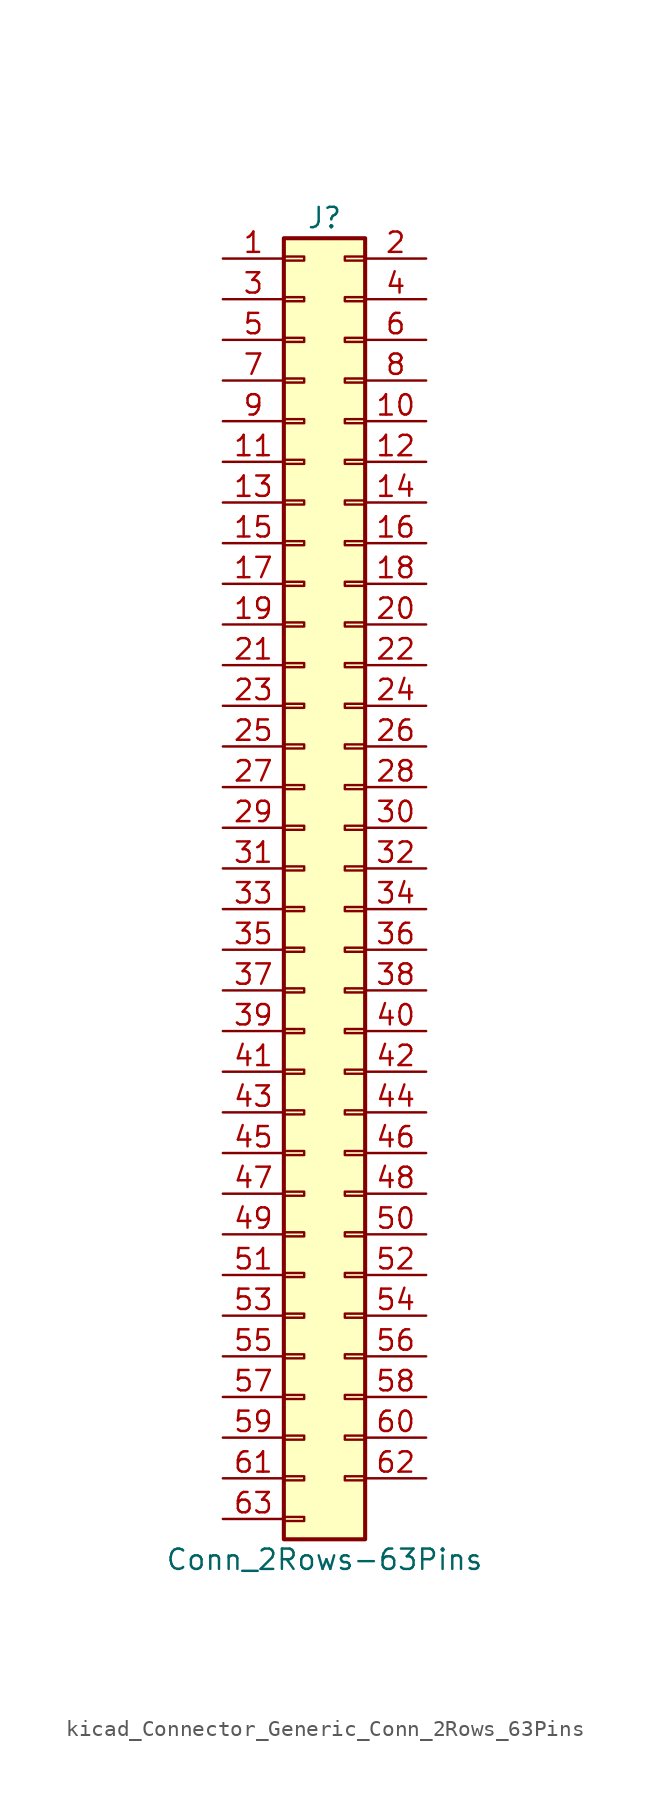
<source format=kicad_sym>
(kicad_symbol_lib
  (version 20220914)
  (generator kicad_symbol_editor)
  (symbol "kicad_Connector_Generic_Conn_2Rows_63Pins"
    (pin_names
      (offset 1.016) hide)
    (property "Reference" "J"
      (at 1.27 40.64 0)
      (effects (font (size 1.27 1.27))))
    (property "Value" "Conn_2Rows-63Pins"
      (at 1.27 -43.18 0)
      (effects (font (size 1.27 1.27))))
    (symbol "kicad_Connector_Generic_Conn_2Rows_63Pins_1_1"
      (rectangle (start -1.27 -40.513) (end 0 -40.767) (stroke (width 0.152) (type default)) (fill (type none)))
      (rectangle (start -1.27 -37.973) (end 0 -38.227) (stroke (width 0.152) (type default)) (fill (type none)))
      (rectangle (start -1.27 -35.433) (end 0 -35.687) (stroke (width 0.152) (type default)) (fill (type none)))
      (rectangle (start -1.27 -32.893) (end 0 -33.147) (stroke (width 0.152) (type default)) (fill (type none)))
      (rectangle (start -1.27 -30.353) (end 0 -30.607) (stroke (width 0.152) (type default)) (fill (type none)))
      (rectangle (start -1.27 -27.813) (end 0 -28.067) (stroke (width 0.152) (type default)) (fill (type none)))
      (rectangle (start -1.27 -25.273) (end 0 -25.527) (stroke (width 0.152) (type default)) (fill (type none)))
      (rectangle (start -1.27 -22.733) (end 0 -22.987) (stroke (width 0.152) (type default)) (fill (type none)))
      (rectangle (start -1.27 -20.193) (end 0 -20.447) (stroke (width 0.152) (type default)) (fill (type none)))
      (rectangle (start -1.27 -17.653) (end 0 -17.907) (stroke (width 0.152) (type default)) (fill (type none)))
      (rectangle (start -1.27 -15.113) (end 0 -15.367) (stroke (width 0.152) (type default)) (fill (type none)))
      (rectangle (start -1.27 -12.573) (end 0 -12.827) (stroke (width 0.152) (type default)) (fill (type none)))
      (rectangle (start -1.27 -10.033) (end 0 -10.287) (stroke (width 0.152) (type default)) (fill (type none)))
      (rectangle (start -1.27 -7.493) (end 0 -7.747) (stroke (width 0.152) (type default)) (fill (type none)))
      (rectangle (start -1.27 -4.953) (end 0 -5.207) (stroke (width 0.152) (type default)) (fill (type none)))
      (rectangle (start -1.27 -2.413) (end 0 -2.667) (stroke (width 0.152) (type default)) (fill (type none)))
      (rectangle (start -1.27 0.127) (end 0 -0.127) (stroke (width 0.152) (type default)) (fill (type none)))
      (rectangle (start -1.27 2.667) (end 0 2.413) (stroke (width 0.152) (type default)) (fill (type none)))
      (rectangle (start -1.27 5.207) (end 0 4.953) (stroke (width 0.152) (type default)) (fill (type none)))
      (rectangle (start -1.27 7.747) (end 0 7.493) (stroke (width 0.152) (type default)) (fill (type none)))
      (rectangle (start -1.27 10.287) (end 0 10.033) (stroke (width 0.152) (type default)) (fill (type none)))
      (rectangle (start -1.27 12.827) (end 0 12.573) (stroke (width 0.152) (type default)) (fill (type none)))
      (rectangle (start -1.27 15.367) (end 0 15.113) (stroke (width 0.152) (type default)) (fill (type none)))
      (rectangle (start -1.27 17.907) (end 0 17.653) (stroke (width 0.152) (type default)) (fill (type none)))
      (rectangle (start -1.27 20.447) (end 0 20.193) (stroke (width 0.152) (type default)) (fill (type none)))
      (rectangle (start -1.27 22.987) (end 0 22.733) (stroke (width 0.152) (type default)) (fill (type none)))
      (rectangle (start -1.27 25.527) (end 0 25.273) (stroke (width 0.152) (type default)) (fill (type none)))
      (rectangle (start -1.27 28.067) (end 0 27.813) (stroke (width 0.152) (type default)) (fill (type none)))
      (rectangle (start -1.27 30.607) (end 0 30.353) (stroke (width 0.152) (type default)) (fill (type none)))
      (rectangle (start -1.27 33.147) (end 0 32.893) (stroke (width 0.152) (type default)) (fill (type none)))
      (rectangle (start -1.27 35.687) (end 0 35.433) (stroke (width 0.152) (type default)) (fill (type none)))
      (rectangle (start -1.27 38.227) (end 0 37.973) (stroke (width 0.152) (type default)) (fill (type none)))
      (rectangle (start -1.27 39.37) (end 3.81 -41.91) (stroke (width 0.254) (type default)) (fill (type background)))
      (rectangle (start 3.81 -37.973) (end 2.54 -38.227) (stroke (width 0.152) (type default)) (fill (type none)))
      (rectangle (start 3.81 -35.433) (end 2.54 -35.687) (stroke (width 0.152) (type default)) (fill (type none)))
      (rectangle (start 3.81 -32.893) (end 2.54 -33.147) (stroke (width 0.152) (type default)) (fill (type none)))
      (rectangle (start 3.81 -30.353) (end 2.54 -30.607) (stroke (width 0.152) (type default)) (fill (type none)))
      (rectangle (start 3.81 -27.813) (end 2.54 -28.067) (stroke (width 0.152) (type default)) (fill (type none)))
      (rectangle (start 3.81 -25.273) (end 2.54 -25.527) (stroke (width 0.152) (type default)) (fill (type none)))
      (rectangle (start 3.81 -22.733) (end 2.54 -22.987) (stroke (width 0.152) (type default)) (fill (type none)))
      (rectangle (start 3.81 -20.193) (end 2.54 -20.447) (stroke (width 0.152) (type default)) (fill (type none)))
      (rectangle (start 3.81 -17.653) (end 2.54 -17.907) (stroke (width 0.152) (type default)) (fill (type none)))
      (rectangle (start 3.81 -15.113) (end 2.54 -15.367) (stroke (width 0.152) (type default)) (fill (type none)))
      (rectangle (start 3.81 -12.573) (end 2.54 -12.827) (stroke (width 0.152) (type default)) (fill (type none)))
      (rectangle (start 3.81 -10.033) (end 2.54 -10.287) (stroke (width 0.152) (type default)) (fill (type none)))
      (rectangle (start 3.81 -7.493) (end 2.54 -7.747) (stroke (width 0.152) (type default)) (fill (type none)))
      (rectangle (start 3.81 -4.953) (end 2.54 -5.207) (stroke (width 0.152) (type default)) (fill (type none)))
      (rectangle (start 3.81 -2.413) (end 2.54 -2.667) (stroke (width 0.152) (type default)) (fill (type none)))
      (rectangle (start 3.81 0.127) (end 2.54 -0.127) (stroke (width 0.152) (type default)) (fill (type none)))
      (rectangle (start 3.81 2.667) (end 2.54 2.413) (stroke (width 0.152) (type default)) (fill (type none)))
      (rectangle (start 3.81 5.207) (end 2.54 4.953) (stroke (width 0.152) (type default)) (fill (type none)))
      (rectangle (start 3.81 7.747) (end 2.54 7.493) (stroke (width 0.152) (type default)) (fill (type none)))
      (rectangle (start 3.81 10.287) (end 2.54 10.033) (stroke (width 0.152) (type default)) (fill (type none)))
      (rectangle (start 3.81 12.827) (end 2.54 12.573) (stroke (width 0.152) (type default)) (fill (type none)))
      (rectangle (start 3.81 15.367) (end 2.54 15.113) (stroke (width 0.152) (type default)) (fill (type none)))
      (rectangle (start 3.81 17.907) (end 2.54 17.653) (stroke (width 0.152) (type default)) (fill (type none)))
      (rectangle (start 3.81 20.447) (end 2.54 20.193) (stroke (width 0.152) (type default)) (fill (type none)))
      (rectangle (start 3.81 22.987) (end 2.54 22.733) (stroke (width 0.152) (type default)) (fill (type none)))
      (rectangle (start 3.81 25.527) (end 2.54 25.273) (stroke (width 0.152) (type default)) (fill (type none)))
      (rectangle (start 3.81 28.067) (end 2.54 27.813) (stroke (width 0.152) (type default)) (fill (type none)))
      (rectangle (start 3.81 30.607) (end 2.54 30.353) (stroke (width 0.152) (type default)) (fill (type none)))
      (rectangle (start 3.81 33.147) (end 2.54 32.893) (stroke (width 0.152) (type default)) (fill (type none)))
      (rectangle (start 3.81 35.687) (end 2.54 35.433) (stroke (width 0.152) (type default)) (fill (type none)))
      (rectangle (start 3.81 38.227) (end 2.54 37.973) (stroke (width 0.152) (type default)) (fill (type none)))
      (pin passive line (at -5.08 38.1 0) (length 3.81) (name "Pin_1" (effects (font (size 1.27 1.27)))) (number "1" (effects (font (size 1.27 1.27)))))
      (pin passive line (at 7.62 27.94 180) (length 3.81) (name "Pin_10" (effects (font (size 1.27 1.27)))) (number "10" (effects (font (size 1.27 1.27)))))
      (pin passive line (at -5.08 25.4 0) (length 3.81) (name "Pin_11" (effects (font (size 1.27 1.27)))) (number "11" (effects (font (size 1.27 1.27)))))
      (pin passive line (at 7.62 25.4 180) (length 3.81) (name "Pin_12" (effects (font (size 1.27 1.27)))) (number "12" (effects (font (size 1.27 1.27)))))
      (pin passive line (at -5.08 22.86 0) (length 3.81) (name "Pin_13" (effects (font (size 1.27 1.27)))) (number "13" (effects (font (size 1.27 1.27)))))
      (pin passive line (at 7.62 22.86 180) (length 3.81) (name "Pin_14" (effects (font (size 1.27 1.27)))) (number "14" (effects (font (size 1.27 1.27)))))
      (pin passive line (at -5.08 20.32 0) (length 3.81) (name "Pin_15" (effects (font (size 1.27 1.27)))) (number "15" (effects (font (size 1.27 1.27)))))
      (pin passive line (at 7.62 20.32 180) (length 3.81) (name "Pin_16" (effects (font (size 1.27 1.27)))) (number "16" (effects (font (size 1.27 1.27)))))
      (pin passive line (at -5.08 17.78 0) (length 3.81) (name "Pin_17" (effects (font (size 1.27 1.27)))) (number "17" (effects (font (size 1.27 1.27)))))
      (pin passive line (at 7.62 17.78 180) (length 3.81) (name "Pin_18" (effects (font (size 1.27 1.27)))) (number "18" (effects (font (size 1.27 1.27)))))
      (pin passive line (at -5.08 15.24 0) (length 3.81) (name "Pin_19" (effects (font (size 1.27 1.27)))) (number "19" (effects (font (size 1.27 1.27)))))
      (pin passive line (at 7.62 38.1 180) (length 3.81) (name "Pin_2" (effects (font (size 1.27 1.27)))) (number "2" (effects (font (size 1.27 1.27)))))
      (pin passive line (at 7.62 15.24 180) (length 3.81) (name "Pin_20" (effects (font (size 1.27 1.27)))) (number "20" (effects (font (size 1.27 1.27)))))
      (pin passive line (at -5.08 12.7 0) (length 3.81) (name "Pin_21" (effects (font (size 1.27 1.27)))) (number "21" (effects (font (size 1.27 1.27)))))
      (pin passive line (at 7.62 12.7 180) (length 3.81) (name "Pin_22" (effects (font (size 1.27 1.27)))) (number "22" (effects (font (size 1.27 1.27)))))
      (pin passive line (at -5.08 10.16 0) (length 3.81) (name "Pin_23" (effects (font (size 1.27 1.27)))) (number "23" (effects (font (size 1.27 1.27)))))
      (pin passive line (at 7.62 10.16 180) (length 3.81) (name "Pin_24" (effects (font (size 1.27 1.27)))) (number "24" (effects (font (size 1.27 1.27)))))
      (pin passive line (at -5.08 7.62 0) (length 3.81) (name "Pin_25" (effects (font (size 1.27 1.27)))) (number "25" (effects (font (size 1.27 1.27)))))
      (pin passive line (at 7.62 7.62 180) (length 3.81) (name "Pin_26" (effects (font (size 1.27 1.27)))) (number "26" (effects (font (size 1.27 1.27)))))
      (pin passive line (at -5.08 5.08 0) (length 3.81) (name "Pin_27" (effects (font (size 1.27 1.27)))) (number "27" (effects (font (size 1.27 1.27)))))
      (pin passive line (at 7.62 5.08 180) (length 3.81) (name "Pin_28" (effects (font (size 1.27 1.27)))) (number "28" (effects (font (size 1.27 1.27)))))
      (pin passive line (at -5.08 2.54 0) (length 3.81) (name "Pin_29" (effects (font (size 1.27 1.27)))) (number "29" (effects (font (size 1.27 1.27)))))
      (pin passive line (at -5.08 35.56 0) (length 3.81) (name "Pin_3" (effects (font (size 1.27 1.27)))) (number "3" (effects (font (size 1.27 1.27)))))
      (pin passive line (at 7.62 2.54 180) (length 3.81) (name "Pin_30" (effects (font (size 1.27 1.27)))) (number "30" (effects (font (size 1.27 1.27)))))
      (pin passive line (at -5.08 0 0) (length 3.81) (name "Pin_31" (effects (font (size 1.27 1.27)))) (number "31" (effects (font (size 1.27 1.27)))))
      (pin passive line (at 7.62 0 180) (length 3.81) (name "Pin_32" (effects (font (size 1.27 1.27)))) (number "32" (effects (font (size 1.27 1.27)))))
      (pin passive line (at -5.08 -2.54 0) (length 3.81) (name "Pin_33" (effects (font (size 1.27 1.27)))) (number "33" (effects (font (size 1.27 1.27)))))
      (pin passive line (at 7.62 -2.54 180) (length 3.81) (name "Pin_34" (effects (font (size 1.27 1.27)))) (number "34" (effects (font (size 1.27 1.27)))))
      (pin passive line (at -5.08 -5.08 0) (length 3.81) (name "Pin_35" (effects (font (size 1.27 1.27)))) (number "35" (effects (font (size 1.27 1.27)))))
      (pin passive line (at 7.62 -5.08 180) (length 3.81) (name "Pin_36" (effects (font (size 1.27 1.27)))) (number "36" (effects (font (size 1.27 1.27)))))
      (pin passive line (at -5.08 -7.62 0) (length 3.81) (name "Pin_37" (effects (font (size 1.27 1.27)))) (number "37" (effects (font (size 1.27 1.27)))))
      (pin passive line (at 7.62 -7.62 180) (length 3.81) (name "Pin_38" (effects (font (size 1.27 1.27)))) (number "38" (effects (font (size 1.27 1.27)))))
      (pin passive line (at -5.08 -10.16 0) (length 3.81) (name "Pin_39" (effects (font (size 1.27 1.27)))) (number "39" (effects (font (size 1.27 1.27)))))
      (pin passive line (at 7.62 35.56 180) (length 3.81) (name "Pin_4" (effects (font (size 1.27 1.27)))) (number "4" (effects (font (size 1.27 1.27)))))
      (pin passive line (at 7.62 -10.16 180) (length 3.81) (name "Pin_40" (effects (font (size 1.27 1.27)))) (number "40" (effects (font (size 1.27 1.27)))))
      (pin passive line (at -5.08 -12.7 0) (length 3.81) (name "Pin_41" (effects (font (size 1.27 1.27)))) (number "41" (effects (font (size 1.27 1.27)))))
      (pin passive line (at 7.62 -12.7 180) (length 3.81) (name "Pin_42" (effects (font (size 1.27 1.27)))) (number "42" (effects (font (size 1.27 1.27)))))
      (pin passive line (at -5.08 -15.24 0) (length 3.81) (name "Pin_43" (effects (font (size 1.27 1.27)))) (number "43" (effects (font (size 1.27 1.27)))))
      (pin passive line (at 7.62 -15.24 180) (length 3.81) (name "Pin_44" (effects (font (size 1.27 1.27)))) (number "44" (effects (font (size 1.27 1.27)))))
      (pin passive line (at -5.08 -17.78 0) (length 3.81) (name "Pin_45" (effects (font (size 1.27 1.27)))) (number "45" (effects (font (size 1.27 1.27)))))
      (pin passive line (at 7.62 -17.78 180) (length 3.81) (name "Pin_46" (effects (font (size 1.27 1.27)))) (number "46" (effects (font (size 1.27 1.27)))))
      (pin passive line (at -5.08 -20.32 0) (length 3.81) (name "Pin_47" (effects (font (size 1.27 1.27)))) (number "47" (effects (font (size 1.27 1.27)))))
      (pin passive line (at 7.62 -20.32 180) (length 3.81) (name "Pin_48" (effects (font (size 1.27 1.27)))) (number "48" (effects (font (size 1.27 1.27)))))
      (pin passive line (at -5.08 -22.86 0) (length 3.81) (name "Pin_49" (effects (font (size 1.27 1.27)))) (number "49" (effects (font (size 1.27 1.27)))))
      (pin passive line (at -5.08 33.02 0) (length 3.81) (name "Pin_5" (effects (font (size 1.27 1.27)))) (number "5" (effects (font (size 1.27 1.27)))))
      (pin passive line (at 7.62 -22.86 180) (length 3.81) (name "Pin_50" (effects (font (size 1.27 1.27)))) (number "50" (effects (font (size 1.27 1.27)))))
      (pin passive line (at -5.08 -25.4 0) (length 3.81) (name "Pin_51" (effects (font (size 1.27 1.27)))) (number "51" (effects (font (size 1.27 1.27)))))
      (pin passive line (at 7.62 -25.4 180) (length 3.81) (name "Pin_52" (effects (font (size 1.27 1.27)))) (number "52" (effects (font (size 1.27 1.27)))))
      (pin passive line (at -5.08 -27.94 0) (length 3.81) (name "Pin_53" (effects (font (size 1.27 1.27)))) (number "53" (effects (font (size 1.27 1.27)))))
      (pin passive line (at 7.62 -27.94 180) (length 3.81) (name "Pin_54" (effects (font (size 1.27 1.27)))) (number "54" (effects (font (size 1.27 1.27)))))
      (pin passive line (at -5.08 -30.48 0) (length 3.81) (name "Pin_55" (effects (font (size 1.27 1.27)))) (number "55" (effects (font (size 1.27 1.27)))))
      (pin passive line (at 7.62 -30.48 180) (length 3.81) (name "Pin_56" (effects (font (size 1.27 1.27)))) (number "56" (effects (font (size 1.27 1.27)))))
      (pin passive line (at -5.08 -33.02 0) (length 3.81) (name "Pin_57" (effects (font (size 1.27 1.27)))) (number "57" (effects (font (size 1.27 1.27)))))
      (pin passive line (at 7.62 -33.02 180) (length 3.81) (name "Pin_58" (effects (font (size 1.27 1.27)))) (number "58" (effects (font (size 1.27 1.27)))))
      (pin passive line (at -5.08 -35.56 0) (length 3.81) (name "Pin_59" (effects (font (size 1.27 1.27)))) (number "59" (effects (font (size 1.27 1.27)))))
      (pin passive line (at 7.62 33.02 180) (length 3.81) (name "Pin_6" (effects (font (size 1.27 1.27)))) (number "6" (effects (font (size 1.27 1.27)))))
      (pin passive line (at 7.62 -35.56 180) (length 3.81) (name "Pin_60" (effects (font (size 1.27 1.27)))) (number "60" (effects (font (size 1.27 1.27)))))
      (pin passive line (at -5.08 -38.1 0) (length 3.81) (name "Pin_61" (effects (font (size 1.27 1.27)))) (number "61" (effects (font (size 1.27 1.27)))))
      (pin passive line (at 7.62 -38.1 180) (length 3.81) (name "Pin_62" (effects (font (size 1.27 1.27)))) (number "62" (effects (font (size 1.27 1.27)))))
      (pin passive line (at -5.08 -40.64 0) (length 3.81) (name "Pin_63" (effects (font (size 1.27 1.27)))) (number "63" (effects (font (size 1.27 1.27)))))
      (pin passive line (at -5.08 30.48 0) (length 3.81) (name "Pin_7" (effects (font (size 1.27 1.27)))) (number "7" (effects (font (size 1.27 1.27)))))
      (pin passive line (at 7.62 30.48 180) (length 3.81) (name "Pin_8" (effects (font (size 1.27 1.27)))) (number "8" (effects (font (size 1.27 1.27)))))
      (pin passive line (at -5.08 27.94 0) (length 3.81) (name "Pin_9" (effects (font (size 1.27 1.27)))) (number "9" (effects (font (size 1.27 1.27))))))))
</source>
